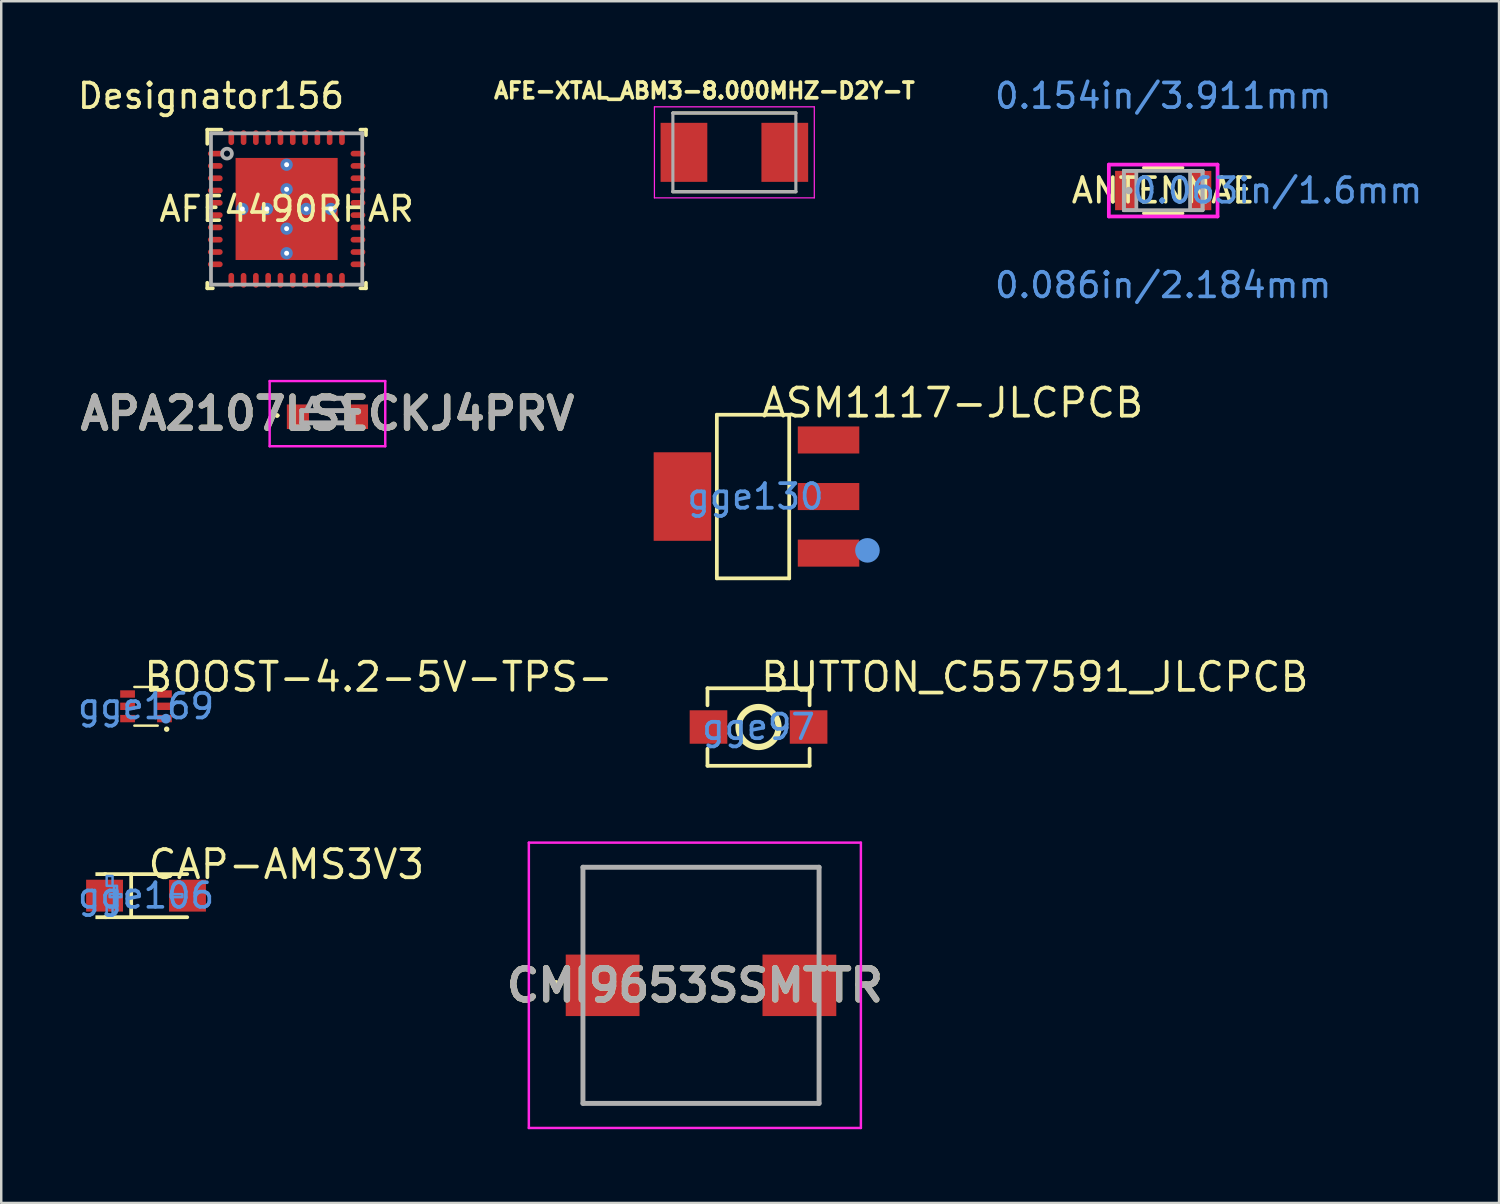
<source format=kicad_pcb>
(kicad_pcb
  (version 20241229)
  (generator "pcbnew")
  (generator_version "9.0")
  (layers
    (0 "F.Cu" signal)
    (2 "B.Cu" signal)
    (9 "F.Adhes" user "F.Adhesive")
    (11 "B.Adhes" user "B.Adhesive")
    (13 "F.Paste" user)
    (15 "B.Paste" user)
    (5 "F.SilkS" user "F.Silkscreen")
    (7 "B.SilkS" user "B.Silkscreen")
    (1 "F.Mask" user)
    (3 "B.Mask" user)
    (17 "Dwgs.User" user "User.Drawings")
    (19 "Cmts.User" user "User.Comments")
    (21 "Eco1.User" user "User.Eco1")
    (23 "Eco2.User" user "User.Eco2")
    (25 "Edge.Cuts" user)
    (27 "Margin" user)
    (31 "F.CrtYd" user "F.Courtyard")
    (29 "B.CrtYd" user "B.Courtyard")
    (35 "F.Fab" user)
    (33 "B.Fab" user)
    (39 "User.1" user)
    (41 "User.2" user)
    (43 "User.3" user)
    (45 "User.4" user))
  (footprint "AFE4490RHAR"
    (layer "F.Cu")
    (at 8.603 5.446)
    (property "Reference" "AFE4490RHAR" (at 0 0 0) (layer "F.SilkS") (effects (font (size 1 1) (thickness 0.15))))
    (attr through_hole)
    (fp_line (start -3.225 -3.225) (end -2.65 -3.225) (stroke (width 0.152) (type solid)) (layer "F.SilkS"))
    (fp_line (start -3.225 -2.65) (end -3.225 -3.225) (stroke (width 0.152) (type solid)) (layer "F.SilkS"))
    (fp_line (start -3.225 3.225) (end -3.225 3) (stroke (width 0.152) (type solid)) (layer "F.SilkS"))
    (fp_line (start -3.225 3.225) (end -3 3.225) (stroke (width 0.152) (type solid)) (layer "F.SilkS"))
    (fp_line (start 3 -3.225) (end 3.225 -3.225) (stroke (width 0.152) (type solid)) (layer "F.SilkS"))
    (fp_line (start 3 3.225) (end 3.225 3.225) (stroke (width 0.152) (type solid)) (layer "F.SilkS"))
    (fp_line (start 3.225 -3) (end 3.225 -3.225) (stroke (width 0.152) (type solid)) (layer "F.SilkS"))
    (fp_line (start 3.225 3.225) (end 3.225 3) (stroke (width 0.152) (type solid)) (layer "F.SilkS"))
    (fp_line (start -3.075 -3.075) (end 3.075 -3.075) (stroke (width 0.152) (type solid)) (layer "F.Fab"))
    (fp_line (start -3.075 3.075) (end -3.075 -3.075) (stroke (width 0.152) (type solid)) (layer "F.Fab"))
    (fp_line (start -3.075 3.075) (end 3.075 3.075) (stroke (width 0.152) (type solid)) (layer "F.Fab"))
    (fp_line (start 3.075 3.075) (end 3.075 -3.075) (stroke (width 0.152) (type solid)) (layer "F.Fab"))
    (fp_circle (center -2.425 -2.25) (end -2.225 -2.25) (stroke (width 0.152) (type solid)) (fill no) (layer "F.Fab"))
    (fp_text user "Designator156" (at -3.073 -4.597 0) (layer "F.SilkS") (effects (font (size 1 1) (thickness 0.15))))
    (fp_text user "Copyright 2016 Accelerated Designs. All rights reserved." (at 0 0 0) (layer "Cmts.User") (effects (font (size 0.127 0.127) (thickness 0.002))))
    (pad "1" smd oval (at -2.9 -2.25 90) (size 0.23 0.6) (layers "F.Cu" "F.Mask" "F.Paste"))
    (pad "2" smd oval (at -2.9 -1.75 90) (size 0.23 0.6) (layers "F.Cu" "F.Mask" "F.Paste"))
    (pad "3" smd oval (at -2.9 -1.25 90) (size 0.23 0.6) (layers "F.Cu" "F.Mask" "F.Paste"))
    (pad "4" smd oval (at -2.9 -0.75 90) (size 0.23 0.6) (layers "F.Cu" "F.Mask" "F.Paste"))
    (pad "5" smd oval (at -2.9 -0.25 90) (size 0.23 0.6) (layers "F.Cu" "F.Mask" "F.Paste"))
    (pad "6" smd oval (at -2.9 0.25 90) (size 0.23 0.6) (layers "F.Cu" "F.Mask" "F.Paste"))
    (pad "7" smd oval (at -2.9 0.75 90) (size 0.23 0.6) (layers "F.Cu" "F.Mask" "F.Paste"))
    (pad "8" smd oval (at -2.9 1.25 90) (size 0.23 0.6) (layers "F.Cu" "F.Mask" "F.Paste"))
    (pad "9" smd oval (at -2.9 1.75 90) (size 0.23 0.6) (layers "F.Cu" "F.Mask" "F.Paste"))
    (pad "10" smd oval (at -2.9 2.25 90) (size 0.23 0.6) (layers "F.Cu" "F.Mask" "F.Paste"))
    (pad "11" smd oval (at -2.25 2.9) (size 0.23 0.6) (layers "F.Cu" "F.Mask" "F.Paste"))
    (pad "12" smd oval (at -1.75 2.9) (size 0.23 0.6) (layers "F.Cu" "F.Mask" "F.Paste"))
    (pad "13" smd oval (at -1.25 2.9) (size 0.23 0.6) (layers "F.Cu" "F.Mask" "F.Paste"))
    (pad "14" smd oval (at -0.75 2.9) (size 0.23 0.6) (layers "F.Cu" "F.Mask" "F.Paste"))
    (pad "15" smd oval (at -0.25 2.9) (size 0.23 0.6) (layers "F.Cu" "F.Mask" "F.Paste"))
    (pad "16" smd oval (at 0.25 2.9) (size 0.23 0.6) (layers "F.Cu" "F.Mask" "F.Paste"))
    (pad "17" smd oval (at 0.75 2.9) (size 0.23 0.6) (layers "F.Cu" "F.Mask" "F.Paste"))
    (pad "18" smd oval (at 1.25 2.9) (size 0.23 0.6) (layers "F.Cu" "F.Mask" "F.Paste"))
    (pad "19" smd oval (at 1.75 2.9) (size 0.23 0.6) (layers "F.Cu" "F.Mask" "F.Paste"))
    (pad "20" smd oval (at 2.25 2.9) (size 0.23 0.6) (layers "F.Cu" "F.Mask" "F.Paste"))
    (pad "21" smd oval (at 2.9 2.25 90) (size 0.23 0.6) (layers "F.Cu" "F.Mask" "F.Paste"))
    (pad "22" smd oval (at 2.9 1.75 90) (size 0.23 0.6) (layers "F.Cu" "F.Mask" "F.Paste"))
    (pad "23" smd oval (at 2.9 1.25 90) (size 0.23 0.6) (layers "F.Cu" "F.Mask" "F.Paste"))
    (pad "24" smd oval (at 2.9 0.75 90) (size 0.23 0.6) (layers "F.Cu" "F.Mask" "F.Paste"))
    (pad "25" smd oval (at 2.9 0.25 90) (size 0.23 0.6) (layers "F.Cu" "F.Mask" "F.Paste"))
    (pad "26" smd oval (at 2.9 -0.25 90) (size 0.23 0.6) (layers "F.Cu" "F.Mask" "F.Paste"))
    (pad "27" smd oval (at 2.9 -0.75 90) (size 0.23 0.6) (layers "F.Cu" "F.Mask" "F.Paste"))
    (pad "28" smd oval (at 2.9 -1.25 90) (size 0.23 0.6) (layers "F.Cu" "F.Mask" "F.Paste"))
    (pad "29" smd oval (at 2.9 -1.75 90) (size 0.23 0.6) (layers "F.Cu" "F.Mask" "F.Paste"))
    (pad "30" smd oval (at 2.9 -2.25 90) (size 0.23 0.6) (layers "F.Cu" "F.Mask" "F.Paste"))
    (pad "31" smd oval (at 2.25 -2.9) (size 0.23 0.6) (layers "F.Cu" "F.Mask" "F.Paste"))
    (pad "32" smd oval (at 1.75 -2.9) (size 0.23 0.6) (layers "F.Cu" "F.Mask" "F.Paste"))
    (pad "33" smd oval (at 1.25 -2.9) (size 0.23 0.6) (layers "F.Cu" "F.Mask" "F.Paste"))
    (pad "34" smd oval (at 0.75 -2.9) (size 0.23 0.6) (layers "F.Cu" "F.Mask" "F.Paste"))
    (pad "35" smd oval (at 0.25 -2.9) (size 0.23 0.6) (layers "F.Cu" "F.Mask" "F.Paste"))
    (pad "36" smd oval (at -0.25 -2.9) (size 0.23 0.6) (layers "F.Cu" "F.Mask" "F.Paste"))
    (pad "37" smd oval (at -0.75 -2.9) (size 0.23 0.6) (layers "F.Cu" "F.Mask" "F.Paste"))
    (pad "38" smd oval (at -1.25 -2.9) (size 0.23 0.6) (layers "F.Cu" "F.Mask" "F.Paste"))
    (pad "39" smd oval (at -1.75 -2.9) (size 0.23 0.6) (layers "F.Cu" "F.Mask" "F.Paste"))
    (pad "40" smd oval (at -2.25 -2.9) (size 0.23 0.6) (layers "F.Cu" "F.Mask" "F.Paste"))
    (pad "41" smd rect (at 0 0) (size 4.15 4.15) (layers "F.Cu" "F.Mask" "F.Paste"))
    (pad "V" thru_hole circle (at -1.8 0) (size 0.5 0.5) (drill 0.203) (layers "*.Cu" "*.Mask"))
    (pad "V" thru_hole circle (at -0.8 0) (size 0.5 0.5) (drill 0.203) (layers "*.Cu" "*.Mask"))
    (pad "V" thru_hole circle (at 0 -1.8) (size 0.5 0.5) (drill 0.203) (layers "*.Cu" "*.Mask"))
    (pad "V" thru_hole circle (at 0 -0.8) (size 0.5 0.5) (drill 0.203) (layers "*.Cu" "*.Mask"))
    (pad "V" thru_hole circle (at 0 0.8) (size 0.5 0.5) (drill 0.203) (layers "*.Cu" "*.Mask"))
    (pad "V" thru_hole circle (at 0 1.8) (size 0.5 0.5) (drill 0.203) (layers "*.Cu" "*.Mask"))
    (pad "V" thru_hole circle (at 0.8 0) (size 0.5 0.5) (drill 0.203) (layers "*.Cu" "*.Mask"))
    (pad "V" thru_hole circle (at 1.8 0) (size 0.5 0.5) (drill 0.203) (layers "*.Cu" "*.Mask")))
  (footprint "BOOST-4.2-5V-TPS-"
    (layer "F.Cu")
    (at 2.887 25.666)
    (property "Reference" "BOOST-4.2-5V-TPS-" (at -0.174 -1.19 0) (layer "F.SilkS") (effects (font (size 1.143 1.143) (thickness 0.152)) (justify left)))
    (attr smd)
    (fp_line (start -0.475 -0.787) (end 0.475 -0.787) (stroke (width 0.1) (type solid)) (layer "F.SilkS"))
    (fp_line (start -0.475 0.787) (end 0.475 0.787) (stroke (width 0.1) (type solid)) (layer "F.SilkS"))
    (fp_circle (center 0.84 0.93) (end 0.9 0.93) (stroke (width 0.102) (type solid)) (fill no) (layer "F.SilkS"))
    (fp_circle (center 0.81 0.503) (end 0.91 0.503) (stroke (width 0.2) (type solid)) (fill no) (layer "Cmts.User"))
    (fp_text user "gge169" (at 0 0 0) (layer "Cmts.User") (effects (font (size 1 1) (thickness 0.15))))
    (pad "1" smd rect (at 0.75 0.5 90) (size 0.3 0.6) (layers "F.Cu" "F.Mask" "F.Paste"))
    (pad "2" smd rect (at 0.75 0 90) (size 0.3 0.6) (layers "F.Cu" "F.Mask" "F.Paste"))
    (pad "3" smd rect (at 0.75 -0.5 90) (size 0.3 0.6) (layers "F.Cu" "F.Mask" "F.Paste"))
    (pad "4" smd rect (at -0.75 -0.5 90) (size 0.3 0.6) (layers "F.Cu" "F.Mask" "F.Paste"))
    (pad "5" smd rect (at -0.75 0 90) (size 0.3 0.6) (layers "F.Cu" "F.Mask" "F.Paste"))
    (pad "6" smd rect (at -0.75 0.5 90) (size 0.3 0.6) (layers "F.Cu" "F.Mask" "F.Paste")))
  (footprint "CAP-AMS3V3"
    (layer "F.Cu")
    (at 2.887 33.365)
    (property "Reference" "CAP-AMS3V3" (at 0 -1.27 0) (layer "F.SilkS") (effects (font (size 1.143 1.143) (thickness 0.152)) (justify left)))
    (attr smd)
    (fp_line (start -0.604 0.876) (end -0.604 -0.876) (stroke (width 0.152) (type solid)) (layer "F.SilkS"))
    (fp_line (start 1.676 -0.876) (end -1.676 -0.876) (stroke (width 0.152) (type solid)) (layer "F.SilkS"))
    (fp_line (start 1.676 0.876) (end -1.676 0.876) (stroke (width 0.152) (type solid)) (layer "F.SilkS"))
    (fp_poly (pts (xy -1.6 -0.952) (xy -1.6 -0.8) (xy -2.057 -0.8) (xy -2.057 -0.952)) (stroke (width 0) (type solid)) (fill yes) (layer "F.SilkS"))
    (fp_poly (pts (xy -1.6 0.952) (xy -1.6 0.8) (xy -2.057 0.8) (xy -2.057 0.952)) (stroke (width 0) (type solid)) (fill yes) (layer "F.SilkS"))
    (fp_poly (pts (xy -1.6 -0.8) (xy -1.6 -0.4) (xy -1.36 -0.4) (xy -1.36 -0.8)) (stroke (width 0.1) (type solid)) (fill no) (layer "Cmts.User"))
    (fp_poly (pts (xy -1.6 0.8) (xy -1.6 0.4) (xy -1.36 0.4) (xy -1.36 0.8)) (stroke (width 0.1) (type solid)) (fill no) (layer "Cmts.User"))
    (fp_poly (pts (xy -1.48 -0.06) (xy -1.48 0.06) (xy -1 0.06) (xy -1 -0.06)) (stroke (width 0.1) (type solid)) (fill no) (layer "Cmts.User"))
    (fp_poly (pts (xy -1.3 -0.4) (xy -1.3 0.4) (xy -1.18 0.4) (xy -1.18 -0.4)) (stroke (width 0.1) (type solid)) (fill no) (layer "Cmts.User"))
    (fp_poly (pts (xy 1.48 -0.06) (xy 1.48 0.06) (xy 1 0.06) (xy 1 -0.06)) (stroke (width 0.1) (type solid)) (fill no) (layer "Cmts.User"))
    (fp_text user "gge106" (at 0 0 0) (layer "Cmts.User") (effects (font (size 1 1) (thickness 0.15))))
    (pad "1" smd rect (at -1.686 0 180) (size 1.5 1.296) (layers "F.Cu" "F.Mask" "F.Paste"))
    (pad "2" smd rect (at 1.686 0 180) (size 1.5 1.296) (layers "F.Cu" "F.Mask" "F.Paste")))
  (footprint "CMI9653SSMTTR"
    (layer "F.Cu")
    (at 25.201 37.01)
    (property "Reference" "CMI9653SSMTTR" (at 0 0 0) (layer "F.SilkS") (effects (font (size 1.27 1.27) (thickness 0.254))))
    (attr smd)
    (fp_line (start -5.65 -0.1) (end -5.65 -0.1) (stroke (width 0.2) (type solid)) (layer "F.SilkS"))
    (fp_line (start -5.65 0.1) (end -5.65 0.1) (stroke (width 0.2) (type solid)) (layer "F.SilkS"))
    (fp_line (start -4.55 -4.8) (end 5.05 -4.8) (stroke (width 0.1) (type solid)) (layer "F.SilkS"))
    (fp_line (start -4.55 -2) (end -4.55 -4.8) (stroke (width 0.1) (type solid)) (layer "F.SilkS"))
    (fp_line (start -4.55 2) (end -4.55 4.8) (stroke (width 0.1) (type solid)) (layer "F.SilkS"))
    (fp_line (start -4.55 4.8) (end 5.05 4.8) (stroke (width 0.1) (type solid)) (layer "F.SilkS"))
    (fp_line (start 5.05 -2) (end 5.05 -4.8) (stroke (width 0.1) (type solid)) (layer "F.SilkS"))
    (fp_line (start 5.05 4.8) (end 5.05 2) (stroke (width 0.1) (type solid)) (layer "F.SilkS"))
    (fp_arc (start -5.65 -0.1) (mid -5.55 0) (end -5.65 0.1) (stroke (width 0.2) (type solid)) (layer "F.SilkS"))
    (fp_arc (start -5.65 0.1) (mid -5.75 0) (end -5.65 -0.1) (stroke (width 0.2) (type solid)) (layer "F.SilkS"))
    (fp_line (start -6.75 -5.8) (end 6.75 -5.8) (stroke (width 0.1) (type solid)) (layer "F.CrtYd"))
    (fp_line (start -6.75 5.8) (end -6.75 -5.8) (stroke (width 0.1) (type solid)) (layer "F.CrtYd"))
    (fp_line (start 6.75 -5.8) (end 6.75 5.8) (stroke (width 0.1) (type solid)) (layer "F.CrtYd"))
    (fp_line (start 6.75 5.8) (end -6.75 5.8) (stroke (width 0.1) (type solid)) (layer "F.CrtYd"))
    (fp_line (start -4.55 -4.8) (end 5.05 -4.8) (stroke (width 0.2) (type solid)) (layer "F.Fab"))
    (fp_line (start -4.55 4.8) (end -4.55 -4.8) (stroke (width 0.2) (type solid)) (layer "F.Fab"))
    (fp_line (start 5.05 -4.8) (end 5.05 4.8) (stroke (width 0.2) (type solid)) (layer "F.Fab"))
    (fp_line (start 5.05 4.8) (end -4.55 4.8) (stroke (width 0.2) (type solid)) (layer "F.Fab"))
    (fp_text user "${REFERENCE}" (at 0 0 0) (layer "F.Fab") (effects (font (size 1.27 1.27) (thickness 0.254))))
    (pad "1" smd rect (at -3.75 0 90) (size 2.5 3) (layers "F.Cu" "F.Mask" "F.Paste"))
    (pad "2" smd rect (at 4.25 0 90) (size 2.5 3) (layers "F.Cu" "F.Mask" "F.Paste")))
  (footprint "BUTTON_C557591_JLCPCB"
    (layer "F.Cu")
    (at 27.79 26.508)
    (property "Reference" "BUTTON_C557591_JLCPCB" (at 0 -2.032 0) (layer "F.SilkS") (effects (font (size 1.143 1.143) (thickness 0.152)) (justify left)))
    (attr smd)
    (fp_line (start -2.076 -1.576) (end -2.076 -0.883) (stroke (width 0.152) (type solid)) (layer "F.SilkS"))
    (fp_line (start -2.076 1.576) (end -2.076 0.883) (stroke (width 0.152) (type solid)) (layer "F.SilkS"))
    (fp_line (start 2.076 -1.576) (end -2.076 -1.576) (stroke (width 0.152) (type solid)) (layer "F.SilkS"))
    (fp_line (start 2.076 -1.576) (end 2.076 -0.883) (stroke (width 0.152) (type solid)) (layer "F.SilkS"))
    (fp_line (start 2.076 1.576) (end -2.076 1.576) (stroke (width 0.152) (type solid)) (layer "F.SilkS"))
    (fp_line (start 2.076 1.576) (end 2.076 0.883) (stroke (width 0.152) (type solid)) (layer "F.SilkS"))
    (fp_circle (center 0 0) (end 0.813 0) (stroke (width 0.254) (type solid)) (fill no) (layer "F.SilkS"))
    (fp_text user "gge97" (at 0 0 0) (layer "Cmts.User") (effects (font (size 1 1) (thickness 0.15))))
    (pad "1" smd rect (at -2.035 0) (size 1.53 1.36) (layers "F.Cu" "F.Mask" "F.Paste"))
    (pad "2" smd rect (at 2.035 0) (size 1.53 1.36) (layers "F.Cu" "F.Mask" "F.Paste")))
  (footprint "AFE-XTAL_ABM3-8.000MHZ-D2Y-T"
    (layer "F.Cu")
    (at 26.807 3.144)
    (property "Reference" "AFE-XTAL_ABM3-8.000MHZ-D2Y-T" (at -1.218 -2.506 0) (layer "F.SilkS") (effects (font (size 0.64 0.64) (thickness 0.15))))
    (attr smd)
    (fp_line (start -2.5 -1.6) (end 2.5 -1.6) (stroke (width 0.127) (type solid)) (layer "F.SilkS"))
    (fp_line (start -2.5 1.6) (end 2.5 1.6) (stroke (width 0.127) (type solid)) (layer "F.SilkS"))
    (fp_line (start -3.25 -1.85) (end -3.25 1.85) (stroke (width 0.05) (type solid)) (layer "F.CrtYd"))
    (fp_line (start -3.25 1.85) (end 3.25 1.85) (stroke (width 0.05) (type solid)) (layer "F.CrtYd"))
    (fp_line (start 3.25 -1.85) (end -3.25 -1.85) (stroke (width 0.05) (type solid)) (layer "F.CrtYd"))
    (fp_line (start 3.25 1.85) (end 3.25 -1.85) (stroke (width 0.05) (type solid)) (layer "F.CrtYd"))
    (fp_line (start -2.5 -1.6) (end -2.5 1.6) (stroke (width 0.127) (type solid)) (layer "F.Fab"))
    (fp_line (start -2.5 -1.6) (end 2.5 -1.6) (stroke (width 0.127) (type solid)) (layer "F.Fab"))
    (fp_line (start -2.5 1.6) (end 2.5 1.6) (stroke (width 0.127) (type solid)) (layer "F.Fab"))
    (fp_line (start 2.5 -1.6) (end 2.5 1.6) (stroke (width 0.127) (type solid)) (layer "F.Fab"))
    (pad "1" smd rect (at -2.05 0) (size 1.9 2.4) (layers "F.Cu" "F.Mask" "F.Paste"))
    (pad "2" smd rect (at 2.05 0) (size 1.9 2.4) (layers "F.Cu" "F.Mask" "F.Paste")))
  (footprint "ASM1117-JLCPCB"
    (layer "F.Cu")
    (at 27.666 17.138)
    (property "Reference" "ASM1117-JLCPCB" (at 0.154 -3.81 0) (layer "F.SilkS") (effects (font (size 1.143 1.143) (thickness 0.152)) (justify left)))
    (attr smd)
    (fp_line (start -1.571 -3.326) (end 1.371 -3.326) (stroke (width 0.152) (type solid)) (layer "F.SilkS"))
    (fp_line (start -1.571 3.326) (end -1.571 -3.326) (stroke (width 0.152) (type solid)) (layer "F.SilkS"))
    (fp_line (start 1.371 -3.326) (end 1.371 3.326) (stroke (width 0.152) (type solid)) (layer "F.SilkS"))
    (fp_line (start 1.371 3.326) (end -1.571 3.326) (stroke (width 0.152) (type solid)) (layer "F.SilkS"))
    (fp_circle (center 4.552 2.188) (end 4.802 2.188) (stroke (width 0.5) (type solid)) (fill no) (layer "Cmts.User"))
    (fp_text user "gge130" (at 0 0 0) (layer "Cmts.User") (effects (font (size 1 1) (thickness 0.15))))
    (pad "1" smd rect (at 2.97 2.3) (size 2.5 1.1) (layers "F.Cu" "F.Mask" "F.Paste"))
    (pad "2" smd rect (at 2.97 0) (size 2.5 1.1) (layers "F.Cu" "F.Mask" "F.Paste"))
    (pad "3" smd rect (at 2.97 -2.3) (size 2.5 1.1) (layers "F.Cu" "F.Mask" "F.Paste"))
    (pad "4" smd rect (at -2.97 0) (size 2.34 3.6) (layers "F.Cu" "F.Mask" "F.Paste")))
  (footprint "APA2107LSECKJ4PRV"
    (layer "F.Cu")
    (at 10.263 14.143)
    (property "Reference" "APA2107LSECKJ4PRV" (at 0 -0.375 0) (layer "F.SilkS") (effects (font (size 1.27 1.27) (thickness 0.254))))
    (attr smd)
    (fp_line (start -2.1 -0.3) (end -2.1 -0.3) (stroke (width 0.1) (type solid)) (layer "F.SilkS"))
    (fp_line (start -2 -0.3) (end -2 -0.3) (stroke (width 0.1) (type solid)) (layer "F.SilkS"))
    (fp_line (start -0.6 -1) (end 0.6 -1) (stroke (width 0.1) (type solid)) (layer "F.SilkS"))
    (fp_arc (start -2.1 -0.3) (mid -2.05 -0.35) (end -2 -0.3) (stroke (width 0.1) (type solid)) (layer "F.SilkS"))
    (fp_arc (start -2 -0.3) (mid -2.05 -0.25) (end -2.1 -0.3) (stroke (width 0.1) (type solid)) (layer "F.SilkS"))
    (fp_line (start -2.35 -1.7) (end 2.35 -1.7) (stroke (width 0.1) (type solid)) (layer "F.CrtYd"))
    (fp_line (start -2.35 0.95) (end -2.35 -1.7) (stroke (width 0.1) (type solid)) (layer "F.CrtYd"))
    (fp_line (start 2.35 -1.7) (end 2.35 0.95) (stroke (width 0.1) (type solid)) (layer "F.CrtYd"))
    (fp_line (start 2.35 0.95) (end -2.35 0.95) (stroke (width 0.1) (type solid)) (layer "F.CrtYd"))
    (fp_line (start -1.05 -0.5) (end 1.05 -0.5) (stroke (width 0.2) (type solid)) (layer "F.Fab"))
    (fp_line (start -1.05 0) (end -1.05 -0.5) (stroke (width 0.2) (type solid)) (layer "F.Fab"))
    (fp_line (start -0.85 -0.5) (end -0.6 -1) (stroke (width 0.2) (type solid)) (layer "F.Fab"))
    (fp_line (start -0.6 -1) (end 0.6 -1) (stroke (width 0.2) (type solid)) (layer "F.Fab"))
    (fp_line (start 0.6 -1) (end 0.85 -0.5) (stroke (width 0.2) (type solid)) (layer "F.Fab"))
    (fp_line (start 1.05 -0.5) (end 1.05 0) (stroke (width 0.2) (type solid)) (layer "F.Fab"))
    (fp_line (start 1.05 0) (end -1.05 0) (stroke (width 0.2) (type solid)) (layer "F.Fab"))
    (fp_text user "${REFERENCE}" (at 0 -0.375 0) (layer "F.Fab") (effects (font (size 1.27 1.27) (thickness 0.254))))
    (pad "1" smd rect (at -1.2 -0.25) (size 0.9 1) (layers "F.Cu" "F.Mask" "F.Paste"))
    (pad "2" smd rect (at 1.2 -0.25) (size 0.9 1) (layers "F.Cu" "F.Mask" "F.Paste")))
  (footprint "ANTENNAE"
    (layer "F.Cu")
    (at 44.242 4.696)
    (property "Reference" "ANTENNAE" (at 0 0 0) (layer "F.SilkS") (effects (font (size 1 1) (thickness 0.15))))
    (attr through_hole)
    (fp_line (start -0.784 0.927) (end 0.784 0.927) (stroke (width 0.152) (type solid)) (layer "F.SilkS"))
    (fp_line (start 0.784 -0.927) (end -0.784 -0.927) (stroke (width 0.152) (type solid)) (layer "F.SilkS"))
    (fp_line (start -2.21 -1.054) (end 2.21 -1.054) (stroke (width 0.152) (type solid)) (layer "F.CrtYd"))
    (fp_line (start -2.21 1.054) (end -2.21 -1.054) (stroke (width 0.152) (type solid)) (layer "F.CrtYd"))
    (fp_line (start 2.21 -1.054) (end 2.21 1.054) (stroke (width 0.152) (type solid)) (layer "F.CrtYd"))
    (fp_line (start 2.21 1.054) (end -2.21 1.054) (stroke (width 0.152) (type solid)) (layer "F.CrtYd"))
    (fp_line (start -1.6 -0.8) (end -1.6 0.8) (stroke (width 0.152) (type solid)) (layer "F.Fab"))
    (fp_line (start -1.6 -0.8) (end -1.6 0.8) (stroke (width 0.152) (type solid)) (layer "F.Fab"))
    (fp_line (start -1.6 0.8) (end -1.092 0.8) (stroke (width 0.152) (type solid)) (layer "F.Fab"))
    (fp_line (start -1.6 0.8) (end 1.6 0.8) (stroke (width 0.152) (type solid)) (layer "F.Fab"))
    (fp_line (start -1.092 -0.8) (end -1.6 -0.8) (stroke (width 0.152) (type solid)) (layer "F.Fab"))
    (fp_line (start -1.092 0.8) (end -1.092 -0.8) (stroke (width 0.152) (type solid)) (layer "F.Fab"))
    (fp_line (start 1.092 -0.8) (end 1.092 0.8) (stroke (width 0.152) (type solid)) (layer "F.Fab"))
    (fp_line (start 1.092 0.8) (end 1.6 0.8) (stroke (width 0.152) (type solid)) (layer "F.Fab"))
    (fp_line (start 1.6 -0.8) (end -1.6 -0.8) (stroke (width 0.152) (type solid)) (layer "F.Fab"))
    (fp_line (start 1.6 -0.8) (end 1.092 -0.8) (stroke (width 0.152) (type solid)) (layer "F.Fab"))
    (fp_line (start 1.6 0.8) (end 1.6 -0.8) (stroke (width 0.152) (type solid)) (layer "F.Fab"))
    (fp_line (start 1.6 0.8) (end 1.6 -0.8) (stroke (width 0.152) (type solid)) (layer "F.Fab"))
    (fp_circle (center -1.397 0) (end -1.397 0) (stroke (width 0.152) (type solid)) (fill no) (layer "F.Fab"))
    (fp_text user "0.154in/3.911mm" (at 0 -3.848 0) (layer "Cmts.User") (effects (font (size 1 1) (thickness 0.15))))
    (fp_text user "0.063in/1.6mm" (at 4.648 0 0) (layer "Cmts.User") (effects (font (size 1 1) (thickness 0.15))))
    (fp_text user "Copyright 2016 Accelerated Designs. All rights reserved." (at 0 0 0) (layer "Cmts.User") (effects (font (size 0.127 0.127) (thickness 0.002))))
    (fp_text user "0.086in/2.184mm" (at 0 3.848 0) (layer "Cmts.User") (effects (font (size 1 1) (thickness 0.15))))
    (pad "1" smd rect (at -1.524 0) (size 0.864 1.6) (layers "F.Cu" "F.Mask" "F.Paste"))
    (pad "2" smd rect (at 1.524 0) (size 0.864 1.6) (layers "F.Cu" "F.Mask" "F.Paste")))
  (gr_rect
    (start -3 -3)
    (end 57.896 45.86)
    (stroke (width 0.1) (type default))
    (fill no)
    (layer "Edge.Cuts")))
</source>
